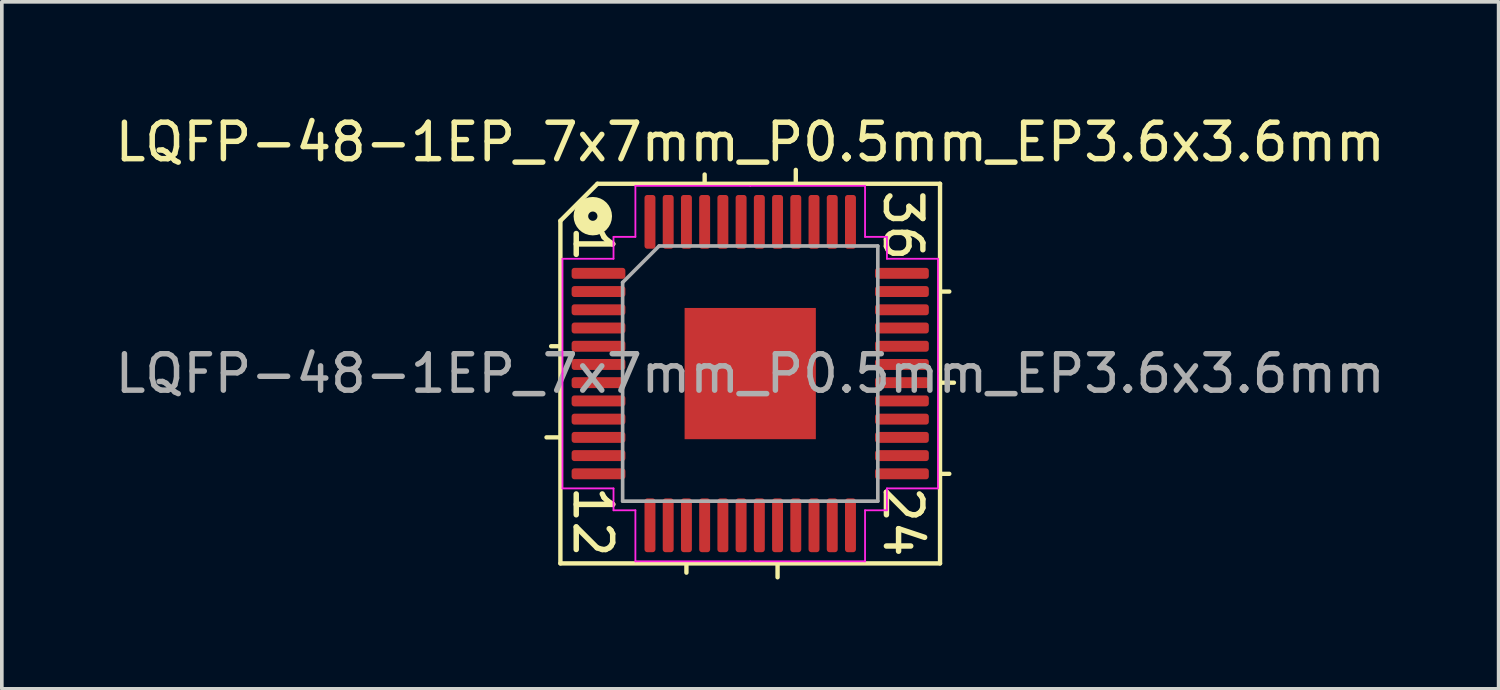
<source format=kicad_pcb>
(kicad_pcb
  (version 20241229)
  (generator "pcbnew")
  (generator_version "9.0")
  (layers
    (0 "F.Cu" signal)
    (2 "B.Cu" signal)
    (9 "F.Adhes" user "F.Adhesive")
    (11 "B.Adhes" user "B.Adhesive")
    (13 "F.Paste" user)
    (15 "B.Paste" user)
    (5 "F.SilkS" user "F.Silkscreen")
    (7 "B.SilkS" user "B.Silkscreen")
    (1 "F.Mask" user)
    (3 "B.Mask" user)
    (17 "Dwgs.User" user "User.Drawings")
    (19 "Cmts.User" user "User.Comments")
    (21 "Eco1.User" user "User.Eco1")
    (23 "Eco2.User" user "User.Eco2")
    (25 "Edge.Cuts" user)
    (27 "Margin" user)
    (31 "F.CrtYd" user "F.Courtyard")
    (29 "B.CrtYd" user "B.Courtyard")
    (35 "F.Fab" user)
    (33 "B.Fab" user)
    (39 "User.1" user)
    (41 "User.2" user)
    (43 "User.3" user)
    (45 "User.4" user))
  (footprint "LQFP-48-1EP_7x7mm_P0.5mm_EP3.6x3.6mm"
    (layer "F.Cu")
    (at 17.53 7.198)
    (property "Reference" "LQFP-48-1EP_7x7mm_P0.5mm_EP3.6x3.6mm" (at 0 -6.35 0) (layer "F.SilkS") (effects (font (size 1 1) (thickness 0.15))))
    (attr smd)
    (fp_line (start -5.207 -4.191) (end -5.207 5.207) (stroke (width 0.12) (type solid)) (layer "F.SilkS"))
    (fp_line (start -5.207 -0.75) (end -5.461 -0.75) (stroke (width 0.12) (type solid)) (layer "F.SilkS"))
    (fp_line (start -5.207 1.75) (end -5.588 1.75) (stroke (width 0.12) (type solid)) (layer "F.SilkS"))
    (fp_line (start -5.207 5.207) (end 5.207 5.207) (stroke (width 0.12) (type solid)) (layer "F.SilkS"))
    (fp_line (start -4.191 -5.207) (end -5.207 -4.191) (stroke (width 0.12) (type solid)) (layer "F.SilkS"))
    (fp_line (start -1.75 5.207) (end -1.75 5.461) (stroke (width 0.12) (type solid)) (layer "F.SilkS"))
    (fp_line (start -1.25 -5.207) (end -1.25 -5.461) (stroke (width 0.12) (type solid)) (layer "F.SilkS"))
    (fp_line (start 0.75 5.207) (end 0.75 5.588) (stroke (width 0.12) (type solid)) (layer "F.SilkS"))
    (fp_line (start 1.25 -5.207) (end 1.25 -5.588) (stroke (width 0.12) (type solid)) (layer "F.SilkS"))
    (fp_line (start 5.207 -5.207) (end -4.191 -5.207) (stroke (width 0.12) (type solid)) (layer "F.SilkS"))
    (fp_line (start 5.207 -2.25) (end 5.461 -2.25) (stroke (width 0.12) (type solid)) (layer "F.SilkS"))
    (fp_line (start 5.207 0.25) (end 5.588 0.25) (stroke (width 0.12) (type solid)) (layer "F.SilkS"))
    (fp_line (start 5.207 2.75) (end 5.461 2.75) (stroke (width 0.12) (type solid)) (layer "F.SilkS"))
    (fp_line (start 5.207 5.207) (end 5.207 -5.207) (stroke (width 0.12) (type solid)) (layer "F.SilkS"))
    (fp_circle (center -4.318 -4.318) (end -4.191 -4.318) (stroke (width 0.4) (type solid)) (fill no) (layer "F.SilkS"))
    (fp_line (start -5.15 -3.15) (end -5.15 0) (stroke (width 0.05) (type solid)) (layer "F.CrtYd"))
    (fp_line (start -5.15 3.15) (end -5.15 0) (stroke (width 0.05) (type solid)) (layer "F.CrtYd"))
    (fp_line (start -3.75 -3.75) (end -3.75 -3.15) (stroke (width 0.05) (type solid)) (layer "F.CrtYd"))
    (fp_line (start -3.75 -3.15) (end -5.15 -3.15) (stroke (width 0.05) (type solid)) (layer "F.CrtYd"))
    (fp_line (start -3.75 3.15) (end -5.15 3.15) (stroke (width 0.05) (type solid)) (layer "F.CrtYd"))
    (fp_line (start -3.75 3.75) (end -3.75 3.15) (stroke (width 0.05) (type solid)) (layer "F.CrtYd"))
    (fp_line (start -3.15 -5.15) (end -3.15 -3.75) (stroke (width 0.05) (type solid)) (layer "F.CrtYd"))
    (fp_line (start -3.15 -3.75) (end -3.75 -3.75) (stroke (width 0.05) (type solid)) (layer "F.CrtYd"))
    (fp_line (start -3.15 3.75) (end -3.75 3.75) (stroke (width 0.05) (type solid)) (layer "F.CrtYd"))
    (fp_line (start -3.15 5.15) (end -3.15 3.75) (stroke (width 0.05) (type solid)) (layer "F.CrtYd"))
    (fp_line (start 0 -5.15) (end -3.15 -5.15) (stroke (width 0.05) (type solid)) (layer "F.CrtYd"))
    (fp_line (start 0 -5.15) (end 3.15 -5.15) (stroke (width 0.05) (type solid)) (layer "F.CrtYd"))
    (fp_line (start 0 5.15) (end -3.15 5.15) (stroke (width 0.05) (type solid)) (layer "F.CrtYd"))
    (fp_line (start 0 5.15) (end 3.15 5.15) (stroke (width 0.05) (type solid)) (layer "F.CrtYd"))
    (fp_line (start 3.15 -5.15) (end 3.15 -3.75) (stroke (width 0.05) (type solid)) (layer "F.CrtYd"))
    (fp_line (start 3.15 -3.75) (end 3.75 -3.75) (stroke (width 0.05) (type solid)) (layer "F.CrtYd"))
    (fp_line (start 3.15 3.75) (end 3.75 3.75) (stroke (width 0.05) (type solid)) (layer "F.CrtYd"))
    (fp_line (start 3.15 5.15) (end 3.15 3.75) (stroke (width 0.05) (type solid)) (layer "F.CrtYd"))
    (fp_line (start 3.75 -3.75) (end 3.75 -3.15) (stroke (width 0.05) (type solid)) (layer "F.CrtYd"))
    (fp_line (start 3.75 -3.15) (end 5.15 -3.15) (stroke (width 0.05) (type solid)) (layer "F.CrtYd"))
    (fp_line (start 3.75 3.15) (end 5.15 3.15) (stroke (width 0.05) (type solid)) (layer "F.CrtYd"))
    (fp_line (start 3.75 3.75) (end 3.75 3.15) (stroke (width 0.05) (type solid)) (layer "F.CrtYd"))
    (fp_line (start 5.15 -3.15) (end 5.15 0) (stroke (width 0.05) (type solid)) (layer "F.CrtYd"))
    (fp_line (start 5.15 3.15) (end 5.15 0) (stroke (width 0.05) (type solid)) (layer "F.CrtYd"))
    (fp_line (start -3.5 -2.5) (end -2.5 -3.5) (stroke (width 0.1) (type solid)) (layer "F.Fab"))
    (fp_line (start -3.5 3.5) (end -3.5 -2.5) (stroke (width 0.1) (type solid)) (layer "F.Fab"))
    (fp_line (start -2.5 -3.5) (end 3.5 -3.5) (stroke (width 0.1) (type solid)) (layer "F.Fab"))
    (fp_line (start 3.5 -3.5) (end 3.5 3.5) (stroke (width 0.1) (type solid)) (layer "F.Fab"))
    (fp_line (start 3.5 3.5) (end -3.5 3.5) (stroke (width 0.1) (type solid)) (layer "F.Fab"))
    (fp_text user "1" (at -4.318 -3.556 270) (unlocked yes) (layer "F.SilkS") (effects (font (size 1 1) (thickness 0.15))))
    (fp_text user "12" (at -4.318 4.064 270) (unlocked yes) (layer "F.SilkS") (effects (font (size 1 1) (thickness 0.15))))
    (fp_text user "24" (at 4.191 4.064 270) (unlocked yes) (layer "F.SilkS") (effects (font (size 1 1) (thickness 0.15))))
    (fp_text user "36" (at 4.191 -4.064 270) (unlocked yes) (layer "F.SilkS") (effects (font (size 1 1) (thickness 0.15))))
    (fp_text user "${REFERENCE}" (at 0 0 0) (layer "F.Fab") (effects (font (size 1 1) (thickness 0.15))))
    (pad "" smd roundrect (at -1.2 -1.2) (size 0.97 0.97) (layers "F.Paste") (roundrect_rratio 0.25))
    (pad "" smd roundrect (at -1.2 0) (size 0.97 0.97) (layers "F.Paste") (roundrect_rratio 0.25))
    (pad "" smd roundrect (at -1.2 1.2) (size 0.97 0.97) (layers "F.Paste") (roundrect_rratio 0.25))
    (pad "" smd roundrect (at 0 -1.2) (size 0.97 0.97) (layers "F.Paste") (roundrect_rratio 0.25))
    (pad "" smd roundrect (at 0 0) (size 0.97 0.97) (layers "F.Paste") (roundrect_rratio 0.25))
    (pad "" smd roundrect (at 0 1.2) (size 0.97 0.97) (layers "F.Paste") (roundrect_rratio 0.25))
    (pad "" smd roundrect (at 1.2 -1.2) (size 0.97 0.97) (layers "F.Paste") (roundrect_rratio 0.25))
    (pad "" smd roundrect (at 1.2 0) (size 0.97 0.97) (layers "F.Paste") (roundrect_rratio 0.25))
    (pad "" smd roundrect (at 1.2 1.2) (size 0.97 0.97) (layers "F.Paste") (roundrect_rratio 0.25))
    (pad "1" smd roundrect (at -4.162 -2.75) (size 1.475 0.3) (layers "F.Cu" "F.Mask" "F.Paste") (roundrect_rratio 0.25))
    (pad "2" smd roundrect (at -4.162 -2.25) (size 1.475 0.3) (layers "F.Cu" "F.Mask" "F.Paste") (roundrect_rratio 0.25))
    (pad "3" smd roundrect (at -4.162 -1.75) (size 1.475 0.3) (layers "F.Cu" "F.Mask" "F.Paste") (roundrect_rratio 0.25))
    (pad "4" smd roundrect (at -4.162 -1.25) (size 1.475 0.3) (layers "F.Cu" "F.Mask" "F.Paste") (roundrect_rratio 0.25))
    (pad "5" smd roundrect (at -4.162 -0.75) (size 1.475 0.3) (layers "F.Cu" "F.Mask" "F.Paste") (roundrect_rratio 0.25))
    (pad "6" smd roundrect (at -4.162 -0.25) (size 1.475 0.3) (layers "F.Cu" "F.Mask" "F.Paste") (roundrect_rratio 0.25))
    (pad "7" smd roundrect (at -4.162 0.25) (size 1.475 0.3) (layers "F.Cu" "F.Mask" "F.Paste") (roundrect_rratio 0.25))
    (pad "8" smd roundrect (at -4.162 0.75) (size 1.475 0.3) (layers "F.Cu" "F.Mask" "F.Paste") (roundrect_rratio 0.25))
    (pad "9" smd roundrect (at -4.162 1.25) (size 1.475 0.3) (layers "F.Cu" "F.Mask" "F.Paste") (roundrect_rratio 0.25))
    (pad "10" smd roundrect (at -4.162 1.75) (size 1.475 0.3) (layers "F.Cu" "F.Mask" "F.Paste") (roundrect_rratio 0.25))
    (pad "11" smd roundrect (at -4.162 2.25) (size 1.475 0.3) (layers "F.Cu" "F.Mask" "F.Paste") (roundrect_rratio 0.25))
    (pad "12" smd roundrect (at -4.162 2.75) (size 1.475 0.3) (layers "F.Cu" "F.Mask" "F.Paste") (roundrect_rratio 0.25))
    (pad "13" smd roundrect (at -2.75 4.162) (size 0.3 1.475) (layers "F.Cu" "F.Mask" "F.Paste") (roundrect_rratio 0.25))
    (pad "14" smd roundrect (at -2.25 4.162) (size 0.3 1.475) (layers "F.Cu" "F.Mask" "F.Paste") (roundrect_rratio 0.25))
    (pad "15" smd roundrect (at -1.75 4.162) (size 0.3 1.475) (layers "F.Cu" "F.Mask" "F.Paste") (roundrect_rratio 0.25))
    (pad "16" smd roundrect (at -1.25 4.162) (size 0.3 1.475) (layers "F.Cu" "F.Mask" "F.Paste") (roundrect_rratio 0.25))
    (pad "17" smd roundrect (at -0.75 4.162) (size 0.3 1.475) (layers "F.Cu" "F.Mask" "F.Paste") (roundrect_rratio 0.25))
    (pad "18" smd roundrect (at -0.25 4.162) (size 0.3 1.475) (layers "F.Cu" "F.Mask" "F.Paste") (roundrect_rratio 0.25))
    (pad "19" smd roundrect (at 0.25 4.162) (size 0.3 1.475) (layers "F.Cu" "F.Mask" "F.Paste") (roundrect_rratio 0.25))
    (pad "20" smd roundrect (at 0.75 4.162) (size 0.3 1.475) (layers "F.Cu" "F.Mask" "F.Paste") (roundrect_rratio 0.25))
    (pad "21" smd roundrect (at 1.25 4.162) (size 0.3 1.475) (layers "F.Cu" "F.Mask" "F.Paste") (roundrect_rratio 0.25))
    (pad "22" smd roundrect (at 1.75 4.162) (size 0.3 1.475) (layers "F.Cu" "F.Mask" "F.Paste") (roundrect_rratio 0.25))
    (pad "23" smd roundrect (at 2.25 4.162) (size 0.3 1.475) (layers "F.Cu" "F.Mask" "F.Paste") (roundrect_rratio 0.25))
    (pad "24" smd roundrect (at 2.75 4.162) (size 0.3 1.475) (layers "F.Cu" "F.Mask" "F.Paste") (roundrect_rratio 0.25))
    (pad "25" smd roundrect (at 4.162 2.75) (size 1.475 0.3) (layers "F.Cu" "F.Mask" "F.Paste") (roundrect_rratio 0.25))
    (pad "26" smd roundrect (at 4.162 2.25) (size 1.475 0.3) (layers "F.Cu" "F.Mask" "F.Paste") (roundrect_rratio 0.25))
    (pad "27" smd roundrect (at 4.162 1.75) (size 1.475 0.3) (layers "F.Cu" "F.Mask" "F.Paste") (roundrect_rratio 0.25))
    (pad "28" smd roundrect (at 4.162 1.25) (size 1.475 0.3) (layers "F.Cu" "F.Mask" "F.Paste") (roundrect_rratio 0.25))
    (pad "29" smd roundrect (at 4.162 0.75) (size 1.475 0.3) (layers "F.Cu" "F.Mask" "F.Paste") (roundrect_rratio 0.25))
    (pad "30" smd roundrect (at 4.162 0.25) (size 1.475 0.3) (layers "F.Cu" "F.Mask" "F.Paste") (roundrect_rratio 0.25))
    (pad "31" smd roundrect (at 4.162 -0.25) (size 1.475 0.3) (layers "F.Cu" "F.Mask" "F.Paste") (roundrect_rratio 0.25))
    (pad "32" smd roundrect (at 4.162 -0.75) (size 1.475 0.3) (layers "F.Cu" "F.Mask" "F.Paste") (roundrect_rratio 0.25))
    (pad "33" smd roundrect (at 4.162 -1.25) (size 1.475 0.3) (layers "F.Cu" "F.Mask" "F.Paste") (roundrect_rratio 0.25))
    (pad "34" smd roundrect (at 4.162 -1.75) (size 1.475 0.3) (layers "F.Cu" "F.Mask" "F.Paste") (roundrect_rratio 0.25))
    (pad "35" smd roundrect (at 4.162 -2.25) (size 1.475 0.3) (layers "F.Cu" "F.Mask" "F.Paste") (roundrect_rratio 0.25))
    (pad "36" smd roundrect (at 4.162 -2.75) (size 1.475 0.3) (layers "F.Cu" "F.Mask" "F.Paste") (roundrect_rratio 0.25))
    (pad "37" smd roundrect (at 2.75 -4.162) (size 0.3 1.475) (layers "F.Cu" "F.Mask" "F.Paste") (roundrect_rratio 0.25))
    (pad "38" smd roundrect (at 2.25 -4.162) (size 0.3 1.475) (layers "F.Cu" "F.Mask" "F.Paste") (roundrect_rratio 0.25))
    (pad "39" smd roundrect (at 1.75 -4.162) (size 0.3 1.475) (layers "F.Cu" "F.Mask" "F.Paste") (roundrect_rratio 0.25))
    (pad "40" smd roundrect (at 1.25 -4.162) (size 0.3 1.475) (layers "F.Cu" "F.Mask" "F.Paste") (roundrect_rratio 0.25))
    (pad "41" smd roundrect (at 0.75 -4.162) (size 0.3 1.475) (layers "F.Cu" "F.Mask" "F.Paste") (roundrect_rratio 0.25))
    (pad "42" smd roundrect (at 0.25 -4.162) (size 0.3 1.475) (layers "F.Cu" "F.Mask" "F.Paste") (roundrect_rratio 0.25))
    (pad "43" smd roundrect (at -0.25 -4.162) (size 0.3 1.475) (layers "F.Cu" "F.Mask" "F.Paste") (roundrect_rratio 0.25))
    (pad "44" smd roundrect (at -0.75 -4.162) (size 0.3 1.475) (layers "F.Cu" "F.Mask" "F.Paste") (roundrect_rratio 0.25))
    (pad "45" smd roundrect (at -1.25 -4.162) (size 0.3 1.475) (layers "F.Cu" "F.Mask" "F.Paste") (roundrect_rratio 0.25))
    (pad "46" smd roundrect (at -1.75 -4.162) (size 0.3 1.475) (layers "F.Cu" "F.Mask" "F.Paste") (roundrect_rratio 0.25))
    (pad "47" smd roundrect (at -2.25 -4.162) (size 0.3 1.475) (layers "F.Cu" "F.Mask" "F.Paste") (roundrect_rratio 0.25))
    (pad "48" smd roundrect (at -2.75 -4.162) (size 0.3 1.475) (layers "F.Cu" "F.Mask" "F.Paste") (roundrect_rratio 0.25))
    (pad "49" smd rect (at 0 0) (size 3.6 3.6) (layers "F.Cu" "F.Mask")))
  (gr_rect
    (start -3 -3)
    (end 38.06 15.846)
    (stroke (width 0.1) (type default))
    (fill no)
    (layer "Edge.Cuts")))
</source>
